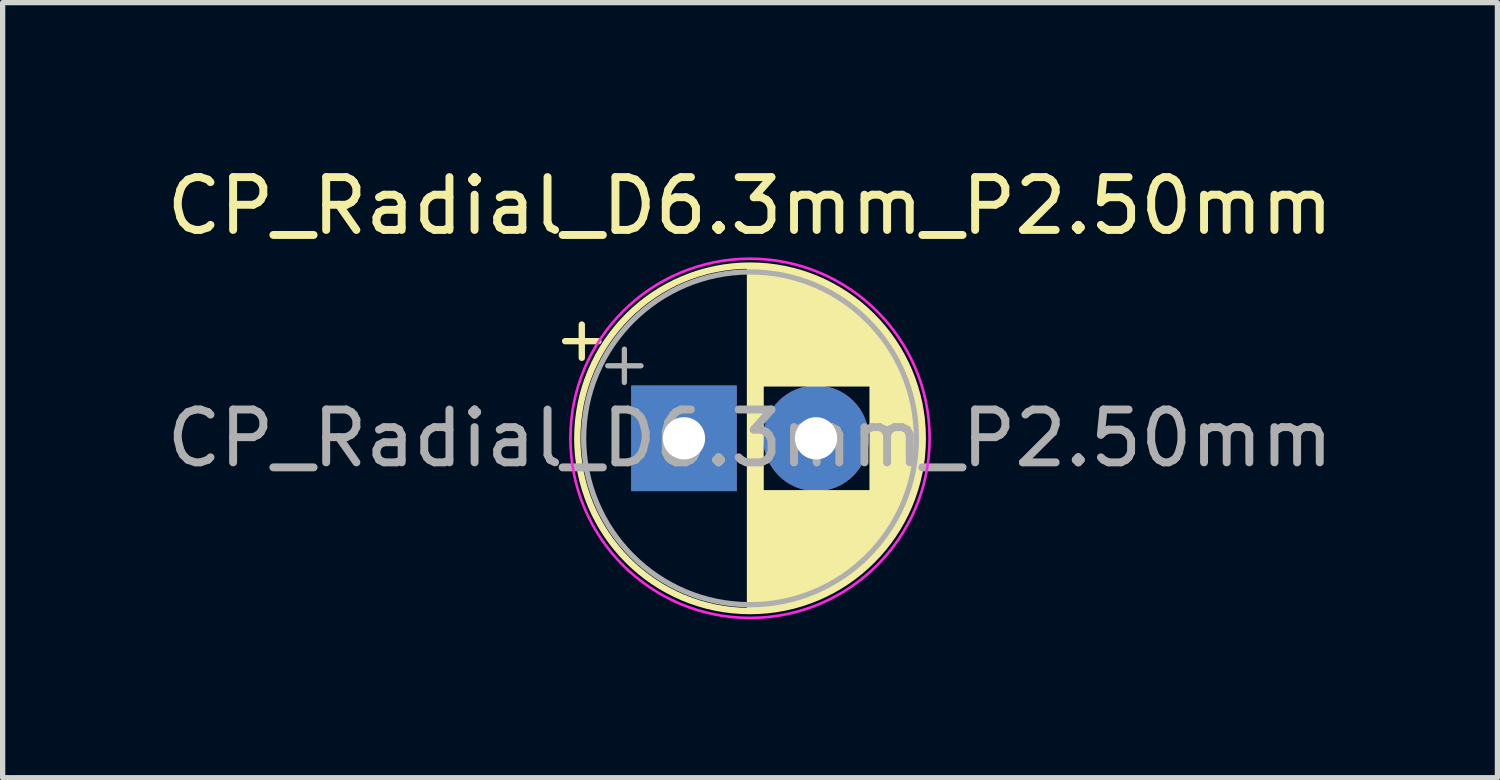
<source format=kicad_pcb>
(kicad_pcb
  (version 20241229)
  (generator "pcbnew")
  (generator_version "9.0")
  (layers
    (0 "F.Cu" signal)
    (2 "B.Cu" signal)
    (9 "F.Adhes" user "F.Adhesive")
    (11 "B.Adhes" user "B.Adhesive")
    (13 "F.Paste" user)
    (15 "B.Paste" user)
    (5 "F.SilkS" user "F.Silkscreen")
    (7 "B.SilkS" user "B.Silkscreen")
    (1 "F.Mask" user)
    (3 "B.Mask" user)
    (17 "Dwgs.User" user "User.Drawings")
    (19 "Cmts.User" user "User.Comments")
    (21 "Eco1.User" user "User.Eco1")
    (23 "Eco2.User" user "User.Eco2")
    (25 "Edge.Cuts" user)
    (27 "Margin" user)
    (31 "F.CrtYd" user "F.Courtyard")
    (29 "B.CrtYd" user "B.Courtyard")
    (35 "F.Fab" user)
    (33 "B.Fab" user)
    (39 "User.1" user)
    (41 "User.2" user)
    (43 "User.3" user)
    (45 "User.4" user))
  (footprint "CP_Radial_D6.3mm_P2.50mm"
    (layer "F.Cu")
    (at 9.899 5.248)
    (property "Reference" "CP_Radial_D6.3mm_P2.50mm" (at 1.25 -4.4 0) (layer "F.SilkS") (effects (font (size 1 1) (thickness 0.15))))
    (attr through_hole)
    (fp_line (start -2.25 -1.839) (end -1.62 -1.839) (stroke (width 0.12) (type solid)) (layer "F.SilkS"))
    (fp_line (start -1.935 -2.154) (end -1.935 -1.524) (stroke (width 0.12) (type solid)) (layer "F.SilkS"))
    (fp_line (start 1.25 -3.23) (end 1.25 3.23) (stroke (width 0.12) (type solid)) (layer "F.SilkS"))
    (fp_line (start 1.29 -3.23) (end 1.29 3.23) (stroke (width 0.12) (type solid)) (layer "F.SilkS"))
    (fp_line (start 1.33 -3.23) (end 1.33 3.23) (stroke (width 0.12) (type solid)) (layer "F.SilkS"))
    (fp_line (start 1.37 -3.228) (end 1.37 3.228) (stroke (width 0.12) (type solid)) (layer "F.SilkS"))
    (fp_line (start 1.41 -3.227) (end 1.41 3.227) (stroke (width 0.12) (type solid)) (layer "F.SilkS"))
    (fp_line (start 1.45 -3.224) (end 1.45 3.224) (stroke (width 0.12) (type solid)) (layer "F.SilkS"))
    (fp_line (start 1.49 -3.222) (end 1.49 -1.04) (stroke (width 0.12) (type solid)) (layer "F.SilkS"))
    (fp_line (start 1.49 1.04) (end 1.49 3.222) (stroke (width 0.12) (type solid)) (layer "F.SilkS"))
    (fp_line (start 1.53 -3.218) (end 1.53 -1.04) (stroke (width 0.12) (type solid)) (layer "F.SilkS"))
    (fp_line (start 1.53 1.04) (end 1.53 3.218) (stroke (width 0.12) (type solid)) (layer "F.SilkS"))
    (fp_line (start 1.57 -3.215) (end 1.57 -1.04) (stroke (width 0.12) (type solid)) (layer "F.SilkS"))
    (fp_line (start 1.57 1.04) (end 1.57 3.215) (stroke (width 0.12) (type solid)) (layer "F.SilkS"))
    (fp_line (start 1.61 -3.211) (end 1.61 -1.04) (stroke (width 0.12) (type solid)) (layer "F.SilkS"))
    (fp_line (start 1.61 1.04) (end 1.61 3.211) (stroke (width 0.12) (type solid)) (layer "F.SilkS"))
    (fp_line (start 1.65 -3.206) (end 1.65 -1.04) (stroke (width 0.12) (type solid)) (layer "F.SilkS"))
    (fp_line (start 1.65 1.04) (end 1.65 3.206) (stroke (width 0.12) (type solid)) (layer "F.SilkS"))
    (fp_line (start 1.69 -3.201) (end 1.69 -1.04) (stroke (width 0.12) (type solid)) (layer "F.SilkS"))
    (fp_line (start 1.69 1.04) (end 1.69 3.201) (stroke (width 0.12) (type solid)) (layer "F.SilkS"))
    (fp_line (start 1.73 -3.195) (end 1.73 -1.04) (stroke (width 0.12) (type solid)) (layer "F.SilkS"))
    (fp_line (start 1.73 1.04) (end 1.73 3.195) (stroke (width 0.12) (type solid)) (layer "F.SilkS"))
    (fp_line (start 1.77 -3.189) (end 1.77 -1.04) (stroke (width 0.12) (type solid)) (layer "F.SilkS"))
    (fp_line (start 1.77 1.04) (end 1.77 3.189) (stroke (width 0.12) (type solid)) (layer "F.SilkS"))
    (fp_line (start 1.81 -3.182) (end 1.81 -1.04) (stroke (width 0.12) (type solid)) (layer "F.SilkS"))
    (fp_line (start 1.81 1.04) (end 1.81 3.182) (stroke (width 0.12) (type solid)) (layer "F.SilkS"))
    (fp_line (start 1.85 -3.175) (end 1.85 -1.04) (stroke (width 0.12) (type solid)) (layer "F.SilkS"))
    (fp_line (start 1.85 1.04) (end 1.85 3.175) (stroke (width 0.12) (type solid)) (layer "F.SilkS"))
    (fp_line (start 1.89 -3.167) (end 1.89 -1.04) (stroke (width 0.12) (type solid)) (layer "F.SilkS"))
    (fp_line (start 1.89 1.04) (end 1.89 3.167) (stroke (width 0.12) (type solid)) (layer "F.SilkS"))
    (fp_line (start 1.93 -3.159) (end 1.93 -1.04) (stroke (width 0.12) (type solid)) (layer "F.SilkS"))
    (fp_line (start 1.93 1.04) (end 1.93 3.159) (stroke (width 0.12) (type solid)) (layer "F.SilkS"))
    (fp_line (start 1.971 -3.15) (end 1.971 -1.04) (stroke (width 0.12) (type solid)) (layer "F.SilkS"))
    (fp_line (start 1.971 1.04) (end 1.971 3.15) (stroke (width 0.12) (type solid)) (layer "F.SilkS"))
    (fp_line (start 2.011 -3.141) (end 2.011 -1.04) (stroke (width 0.12) (type solid)) (layer "F.SilkS"))
    (fp_line (start 2.011 1.04) (end 2.011 3.141) (stroke (width 0.12) (type solid)) (layer "F.SilkS"))
    (fp_line (start 2.051 -3.131) (end 2.051 -1.04) (stroke (width 0.12) (type solid)) (layer "F.SilkS"))
    (fp_line (start 2.051 1.04) (end 2.051 3.131) (stroke (width 0.12) (type solid)) (layer "F.SilkS"))
    (fp_line (start 2.091 -3.121) (end 2.091 -1.04) (stroke (width 0.12) (type solid)) (layer "F.SilkS"))
    (fp_line (start 2.091 1.04) (end 2.091 3.121) (stroke (width 0.12) (type solid)) (layer "F.SilkS"))
    (fp_line (start 2.131 -3.11) (end 2.131 -1.04) (stroke (width 0.12) (type solid)) (layer "F.SilkS"))
    (fp_line (start 2.131 1.04) (end 2.131 3.11) (stroke (width 0.12) (type solid)) (layer "F.SilkS"))
    (fp_line (start 2.171 -3.098) (end 2.171 -1.04) (stroke (width 0.12) (type solid)) (layer "F.SilkS"))
    (fp_line (start 2.171 1.04) (end 2.171 3.098) (stroke (width 0.12) (type solid)) (layer "F.SilkS"))
    (fp_line (start 2.211 -3.086) (end 2.211 -1.04) (stroke (width 0.12) (type solid)) (layer "F.SilkS"))
    (fp_line (start 2.211 1.04) (end 2.211 3.086) (stroke (width 0.12) (type solid)) (layer "F.SilkS"))
    (fp_line (start 2.251 -3.074) (end 2.251 -1.04) (stroke (width 0.12) (type solid)) (layer "F.SilkS"))
    (fp_line (start 2.251 1.04) (end 2.251 3.074) (stroke (width 0.12) (type solid)) (layer "F.SilkS"))
    (fp_line (start 2.291 -3.061) (end 2.291 -1.04) (stroke (width 0.12) (type solid)) (layer "F.SilkS"))
    (fp_line (start 2.291 1.04) (end 2.291 3.061) (stroke (width 0.12) (type solid)) (layer "F.SilkS"))
    (fp_line (start 2.331 -3.047) (end 2.331 -1.04) (stroke (width 0.12) (type solid)) (layer "F.SilkS"))
    (fp_line (start 2.331 1.04) (end 2.331 3.047) (stroke (width 0.12) (type solid)) (layer "F.SilkS"))
    (fp_line (start 2.371 -3.033) (end 2.371 -1.04) (stroke (width 0.12) (type solid)) (layer "F.SilkS"))
    (fp_line (start 2.371 1.04) (end 2.371 3.033) (stroke (width 0.12) (type solid)) (layer "F.SilkS"))
    (fp_line (start 2.411 -3.018) (end 2.411 -1.04) (stroke (width 0.12) (type solid)) (layer "F.SilkS"))
    (fp_line (start 2.411 1.04) (end 2.411 3.018) (stroke (width 0.12) (type solid)) (layer "F.SilkS"))
    (fp_line (start 2.451 -3.002) (end 2.451 -1.04) (stroke (width 0.12) (type solid)) (layer "F.SilkS"))
    (fp_line (start 2.451 1.04) (end 2.451 3.002) (stroke (width 0.12) (type solid)) (layer "F.SilkS"))
    (fp_line (start 2.491 -2.986) (end 2.491 -1.04) (stroke (width 0.12) (type solid)) (layer "F.SilkS"))
    (fp_line (start 2.491 1.04) (end 2.491 2.986) (stroke (width 0.12) (type solid)) (layer "F.SilkS"))
    (fp_line (start 2.531 -2.97) (end 2.531 -1.04) (stroke (width 0.12) (type solid)) (layer "F.SilkS"))
    (fp_line (start 2.531 1.04) (end 2.531 2.97) (stroke (width 0.12) (type solid)) (layer "F.SilkS"))
    (fp_line (start 2.571 -2.952) (end 2.571 -1.04) (stroke (width 0.12) (type solid)) (layer "F.SilkS"))
    (fp_line (start 2.571 1.04) (end 2.571 2.952) (stroke (width 0.12) (type solid)) (layer "F.SilkS"))
    (fp_line (start 2.611 -2.934) (end 2.611 -1.04) (stroke (width 0.12) (type solid)) (layer "F.SilkS"))
    (fp_line (start 2.611 1.04) (end 2.611 2.934) (stroke (width 0.12) (type solid)) (layer "F.SilkS"))
    (fp_line (start 2.651 -2.916) (end 2.651 -1.04) (stroke (width 0.12) (type solid)) (layer "F.SilkS"))
    (fp_line (start 2.651 1.04) (end 2.651 2.916) (stroke (width 0.12) (type solid)) (layer "F.SilkS"))
    (fp_line (start 2.691 -2.896) (end 2.691 -1.04) (stroke (width 0.12) (type solid)) (layer "F.SilkS"))
    (fp_line (start 2.691 1.04) (end 2.691 2.896) (stroke (width 0.12) (type solid)) (layer "F.SilkS"))
    (fp_line (start 2.731 -2.876) (end 2.731 -1.04) (stroke (width 0.12) (type solid)) (layer "F.SilkS"))
    (fp_line (start 2.731 1.04) (end 2.731 2.876) (stroke (width 0.12) (type solid)) (layer "F.SilkS"))
    (fp_line (start 2.771 -2.856) (end 2.771 -1.04) (stroke (width 0.12) (type solid)) (layer "F.SilkS"))
    (fp_line (start 2.771 1.04) (end 2.771 2.856) (stroke (width 0.12) (type solid)) (layer "F.SilkS"))
    (fp_line (start 2.811 -2.834) (end 2.811 -1.04) (stroke (width 0.12) (type solid)) (layer "F.SilkS"))
    (fp_line (start 2.811 1.04) (end 2.811 2.834) (stroke (width 0.12) (type solid)) (layer "F.SilkS"))
    (fp_line (start 2.851 -2.812) (end 2.851 -1.04) (stroke (width 0.12) (type solid)) (layer "F.SilkS"))
    (fp_line (start 2.851 1.04) (end 2.851 2.812) (stroke (width 0.12) (type solid)) (layer "F.SilkS"))
    (fp_line (start 2.891 -2.79) (end 2.891 -1.04) (stroke (width 0.12) (type solid)) (layer "F.SilkS"))
    (fp_line (start 2.891 1.04) (end 2.891 2.79) (stroke (width 0.12) (type solid)) (layer "F.SilkS"))
    (fp_line (start 2.931 -2.766) (end 2.931 -1.04) (stroke (width 0.12) (type solid)) (layer "F.SilkS"))
    (fp_line (start 2.931 1.04) (end 2.931 2.766) (stroke (width 0.12) (type solid)) (layer "F.SilkS"))
    (fp_line (start 2.971 -2.742) (end 2.971 -1.04) (stroke (width 0.12) (type solid)) (layer "F.SilkS"))
    (fp_line (start 2.971 1.04) (end 2.971 2.742) (stroke (width 0.12) (type solid)) (layer "F.SilkS"))
    (fp_line (start 3.011 -2.716) (end 3.011 -1.04) (stroke (width 0.12) (type solid)) (layer "F.SilkS"))
    (fp_line (start 3.011 1.04) (end 3.011 2.716) (stroke (width 0.12) (type solid)) (layer "F.SilkS"))
    (fp_line (start 3.051 -2.69) (end 3.051 -1.04) (stroke (width 0.12) (type solid)) (layer "F.SilkS"))
    (fp_line (start 3.051 1.04) (end 3.051 2.69) (stroke (width 0.12) (type solid)) (layer "F.SilkS"))
    (fp_line (start 3.091 -2.664) (end 3.091 -1.04) (stroke (width 0.12) (type solid)) (layer "F.SilkS"))
    (fp_line (start 3.091 1.04) (end 3.091 2.664) (stroke (width 0.12) (type solid)) (layer "F.SilkS"))
    (fp_line (start 3.131 -2.636) (end 3.131 -1.04) (stroke (width 0.12) (type solid)) (layer "F.SilkS"))
    (fp_line (start 3.131 1.04) (end 3.131 2.636) (stroke (width 0.12) (type solid)) (layer "F.SilkS"))
    (fp_line (start 3.171 -2.607) (end 3.171 -1.04) (stroke (width 0.12) (type solid)) (layer "F.SilkS"))
    (fp_line (start 3.171 1.04) (end 3.171 2.607) (stroke (width 0.12) (type solid)) (layer "F.SilkS"))
    (fp_line (start 3.211 -2.578) (end 3.211 -1.04) (stroke (width 0.12) (type solid)) (layer "F.SilkS"))
    (fp_line (start 3.211 1.04) (end 3.211 2.578) (stroke (width 0.12) (type solid)) (layer "F.SilkS"))
    (fp_line (start 3.251 -2.548) (end 3.251 -1.04) (stroke (width 0.12) (type solid)) (layer "F.SilkS"))
    (fp_line (start 3.251 1.04) (end 3.251 2.548) (stroke (width 0.12) (type solid)) (layer "F.SilkS"))
    (fp_line (start 3.291 -2.516) (end 3.291 -1.04) (stroke (width 0.12) (type solid)) (layer "F.SilkS"))
    (fp_line (start 3.291 1.04) (end 3.291 2.516) (stroke (width 0.12) (type solid)) (layer "F.SilkS"))
    (fp_line (start 3.331 -2.484) (end 3.331 -1.04) (stroke (width 0.12) (type solid)) (layer "F.SilkS"))
    (fp_line (start 3.331 1.04) (end 3.331 2.484) (stroke (width 0.12) (type solid)) (layer "F.SilkS"))
    (fp_line (start 3.371 -2.45) (end 3.371 -1.04) (stroke (width 0.12) (type solid)) (layer "F.SilkS"))
    (fp_line (start 3.371 1.04) (end 3.371 2.45) (stroke (width 0.12) (type solid)) (layer "F.SilkS"))
    (fp_line (start 3.411 -2.416) (end 3.411 -1.04) (stroke (width 0.12) (type solid)) (layer "F.SilkS"))
    (fp_line (start 3.411 1.04) (end 3.411 2.416) (stroke (width 0.12) (type solid)) (layer "F.SilkS"))
    (fp_line (start 3.451 -2.38) (end 3.451 -1.04) (stroke (width 0.12) (type solid)) (layer "F.SilkS"))
    (fp_line (start 3.451 1.04) (end 3.451 2.38) (stroke (width 0.12) (type solid)) (layer "F.SilkS"))
    (fp_line (start 3.491 -2.343) (end 3.491 -1.04) (stroke (width 0.12) (type solid)) (layer "F.SilkS"))
    (fp_line (start 3.491 1.04) (end 3.491 2.343) (stroke (width 0.12) (type solid)) (layer "F.SilkS"))
    (fp_line (start 3.531 -2.305) (end 3.531 -1.04) (stroke (width 0.12) (type solid)) (layer "F.SilkS"))
    (fp_line (start 3.531 1.04) (end 3.531 2.305) (stroke (width 0.12) (type solid)) (layer "F.SilkS"))
    (fp_line (start 3.571 -2.265) (end 3.571 2.265) (stroke (width 0.12) (type solid)) (layer "F.SilkS"))
    (fp_line (start 3.611 -2.224) (end 3.611 2.224) (stroke (width 0.12) (type solid)) (layer "F.SilkS"))
    (fp_line (start 3.651 -2.182) (end 3.651 2.182) (stroke (width 0.12) (type solid)) (layer "F.SilkS"))
    (fp_line (start 3.691 -2.137) (end 3.691 2.137) (stroke (width 0.12) (type solid)) (layer "F.SilkS"))
    (fp_line (start 3.731 -2.092) (end 3.731 2.092) (stroke (width 0.12) (type solid)) (layer "F.SilkS"))
    (fp_line (start 3.771 -2.044) (end 3.771 2.044) (stroke (width 0.12) (type solid)) (layer "F.SilkS"))
    (fp_line (start 3.811 -1.995) (end 3.811 1.995) (stroke (width 0.12) (type solid)) (layer "F.SilkS"))
    (fp_line (start 3.851 -1.944) (end 3.851 1.944) (stroke (width 0.12) (type solid)) (layer "F.SilkS"))
    (fp_line (start 3.891 -1.89) (end 3.891 1.89) (stroke (width 0.12) (type solid)) (layer "F.SilkS"))
    (fp_line (start 3.931 -1.834) (end 3.931 1.834) (stroke (width 0.12) (type solid)) (layer "F.SilkS"))
    (fp_line (start 3.971 -1.776) (end 3.971 1.776) (stroke (width 0.12) (type solid)) (layer "F.SilkS"))
    (fp_line (start 4.011 -1.714) (end 4.011 1.714) (stroke (width 0.12) (type solid)) (layer "F.SilkS"))
    (fp_line (start 4.051 -1.65) (end 4.051 1.65) (stroke (width 0.12) (type solid)) (layer "F.SilkS"))
    (fp_line (start 4.091 -1.581) (end 4.091 1.581) (stroke (width 0.12) (type solid)) (layer "F.SilkS"))
    (fp_line (start 4.131 -1.509) (end 4.131 1.509) (stroke (width 0.12) (type solid)) (layer "F.SilkS"))
    (fp_line (start 4.171 -1.432) (end 4.171 1.432) (stroke (width 0.12) (type solid)) (layer "F.SilkS"))
    (fp_line (start 4.211 -1.35) (end 4.211 1.35) (stroke (width 0.12) (type solid)) (layer "F.SilkS"))
    (fp_line (start 4.251 -1.262) (end 4.251 1.262) (stroke (width 0.12) (type solid)) (layer "F.SilkS"))
    (fp_line (start 4.291 -1.165) (end 4.291 1.165) (stroke (width 0.12) (type solid)) (layer "F.SilkS"))
    (fp_line (start 4.331 -1.059) (end 4.331 1.059) (stroke (width 0.12) (type solid)) (layer "F.SilkS"))
    (fp_line (start 4.371 -0.94) (end 4.371 0.94) (stroke (width 0.12) (type solid)) (layer "F.SilkS"))
    (fp_line (start 4.411 -0.802) (end 4.411 0.802) (stroke (width 0.12) (type solid)) (layer "F.SilkS"))
    (fp_line (start 4.451 -0.633) (end 4.451 0.633) (stroke (width 0.12) (type solid)) (layer "F.SilkS"))
    (fp_line (start 4.491 -0.402) (end 4.491 0.402) (stroke (width 0.12) (type solid)) (layer "F.SilkS"))
    (fp_circle (center 1.25 0) (end 4.52 0) (stroke (width 0.12) (type solid)) (fill no) (layer "F.SilkS"))
    (fp_circle (center 1.25 0) (end 4.65 0) (stroke (width 0.05) (type solid)) (fill no) (layer "F.CrtYd"))
    (fp_line (start -1.444 -1.373) (end -0.814 -1.373) (stroke (width 0.1) (type solid)) (layer "F.Fab"))
    (fp_line (start -1.129 -1.688) (end -1.129 -1.058) (stroke (width 0.1) (type solid)) (layer "F.Fab"))
    (fp_circle (center 1.25 0) (end 4.4 0) (stroke (width 0.1) (type solid)) (fill no) (layer "F.Fab"))
    (fp_text user "${REFERENCE}" (at 1.25 0 0) (layer "F.Fab") (effects (font (size 1 1) (thickness 0.15))))
    (pad "1" thru_hole rect (at 0 0) (size 2 2) (drill 0.8) (layers "*.Cu" "*.Mask"))
    (pad "2" thru_hole circle (at 2.5 0) (size 2 2) (drill 0.8) (layers "*.Cu" "*.Mask")))
  (gr_rect
    (start -3 -3)
    (end 25.298 11.673)
    (stroke (width 0.1) (type default))
    (fill no)
    (layer "Edge.Cuts")))
</source>
